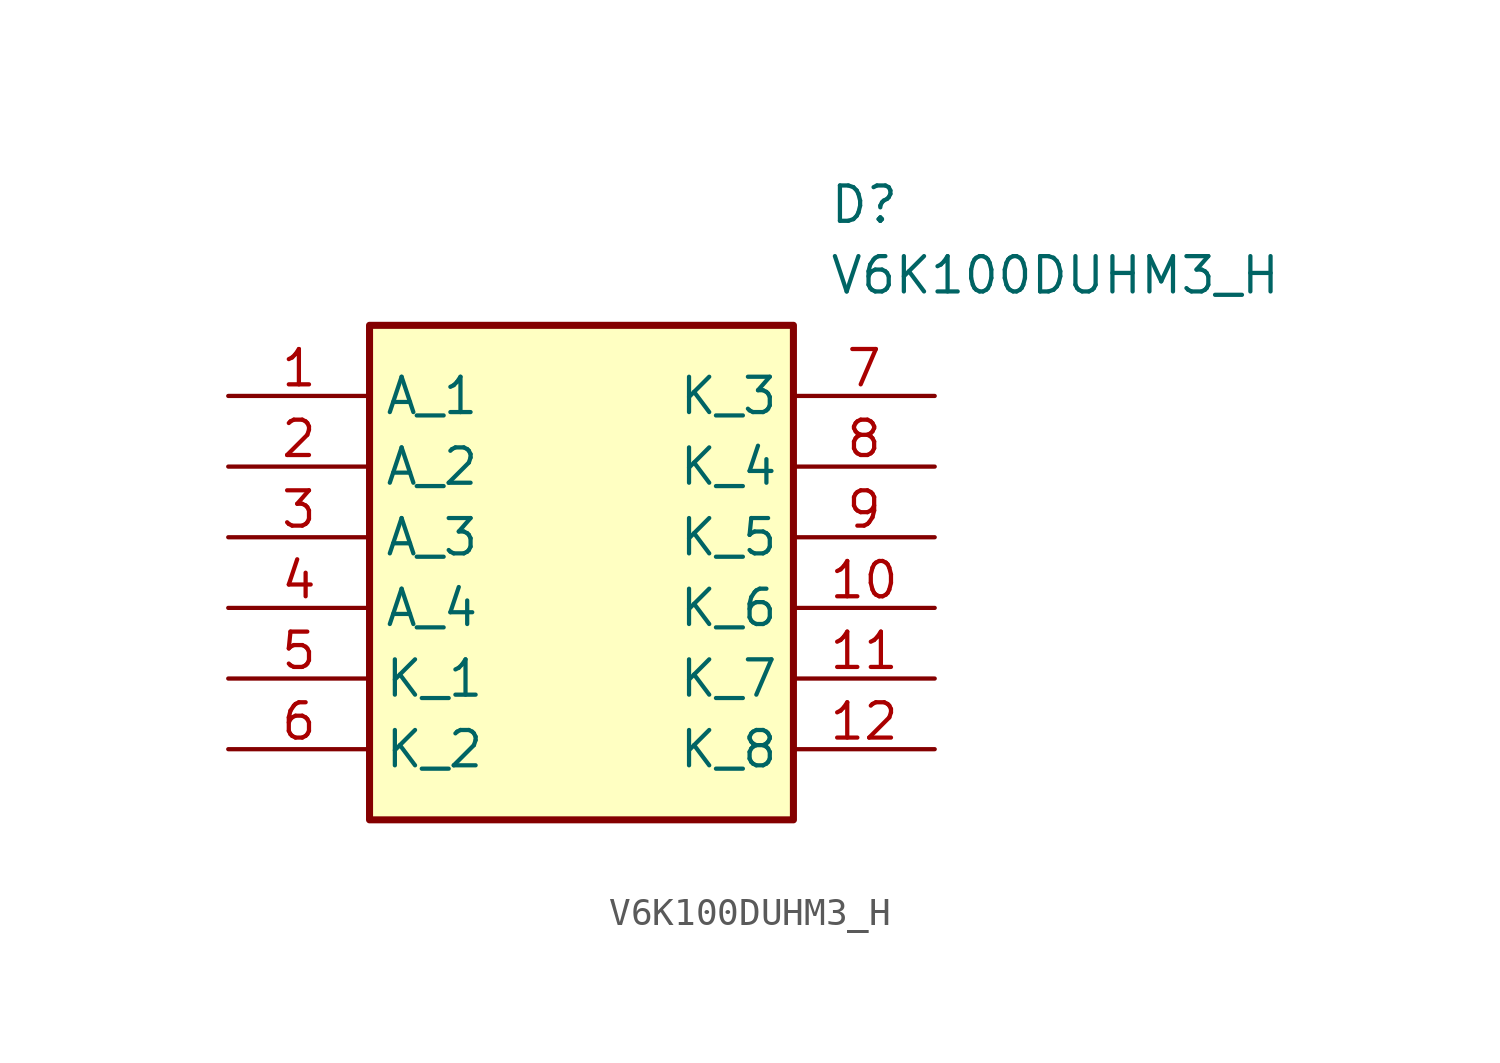
<source format=kicad_sym>
(kicad_symbol_lib
  (version 20211014)
  (generator SamacSys_ECAD_Model)
  (symbol "V6K100DUHM3_H"
    (property "Reference" "D"
      (at 21.59 7.62 0)
      (effects (font (size 1.27 1.27)) (justify left top)))
    (property "Value" "V6K100DUHM3_H"
      (at 21.59 5.08 0)
      (effects (font (size 1.27 1.27)) (justify left top)))
    (rectangle
      (start 5.08 2.54)
      (end 20.32 -15.24)
      (stroke (width 0.254) (type default))
      (fill (type background)))
    (pin passive line
      (at 0 0 0)
      (length 5.08)
      (name "A_1" (effects (font (size 1.27 1.27))))
      (number "1" (effects (font (size 1.27 1.27)))))
    (pin passive line
      (at 0 -2.54 0)
      (length 5.08)
      (name "A_2" (effects (font (size 1.27 1.27))))
      (number "2" (effects (font (size 1.27 1.27)))))
    (pin passive line
      (at 0 -5.08 0)
      (length 5.08)
      (name "A_3" (effects (font (size 1.27 1.27))))
      (number "3" (effects (font (size 1.27 1.27)))))
    (pin passive line
      (at 0 -7.62 0)
      (length 5.08)
      (name "A_4" (effects (font (size 1.27 1.27))))
      (number "4" (effects (font (size 1.27 1.27)))))
    (pin passive line
      (at 0 -10.16 0)
      (length 5.08)
      (name "K_1" (effects (font (size 1.27 1.27))))
      (number "5" (effects (font (size 1.27 1.27)))))
    (pin passive line
      (at 0 -12.7 0)
      (length 5.08)
      (name "K_2" (effects (font (size 1.27 1.27))))
      (number "6" (effects (font (size 1.27 1.27)))))
    (pin passive line
      (at 25.4 0 180)
      (length 5.08)
      (name "K_3" (effects (font (size 1.27 1.27))))
      (number "7" (effects (font (size 1.27 1.27)))))
    (pin passive line
      (at 25.4 -2.54 180)
      (length 5.08)
      (name "K_4" (effects (font (size 1.27 1.27))))
      (number "8" (effects (font (size 1.27 1.27)))))
    (pin passive line
      (at 25.4 -5.08 180)
      (length 5.08)
      (name "K_5" (effects (font (size 1.27 1.27))))
      (number "9" (effects (font (size 1.27 1.27)))))
    (pin passive line
      (at 25.4 -7.62 180)
      (length 5.08)
      (name "K_6" (effects (font (size 1.27 1.27))))
      (number "10" (effects (font (size 1.27 1.27)))))
    (pin passive line
      (at 25.4 -10.16 180)
      (length 5.08)
      (name "K_7" (effects (font (size 1.27 1.27))))
      (number "11" (effects (font (size 1.27 1.27)))))
    (pin passive line
      (at 25.4 -12.7 180)
      (length 5.08)
      (name "K_8" (effects (font (size 1.27 1.27))))
      (number "12" (effects (font (size 1.27 1.27)))))))
</source>
